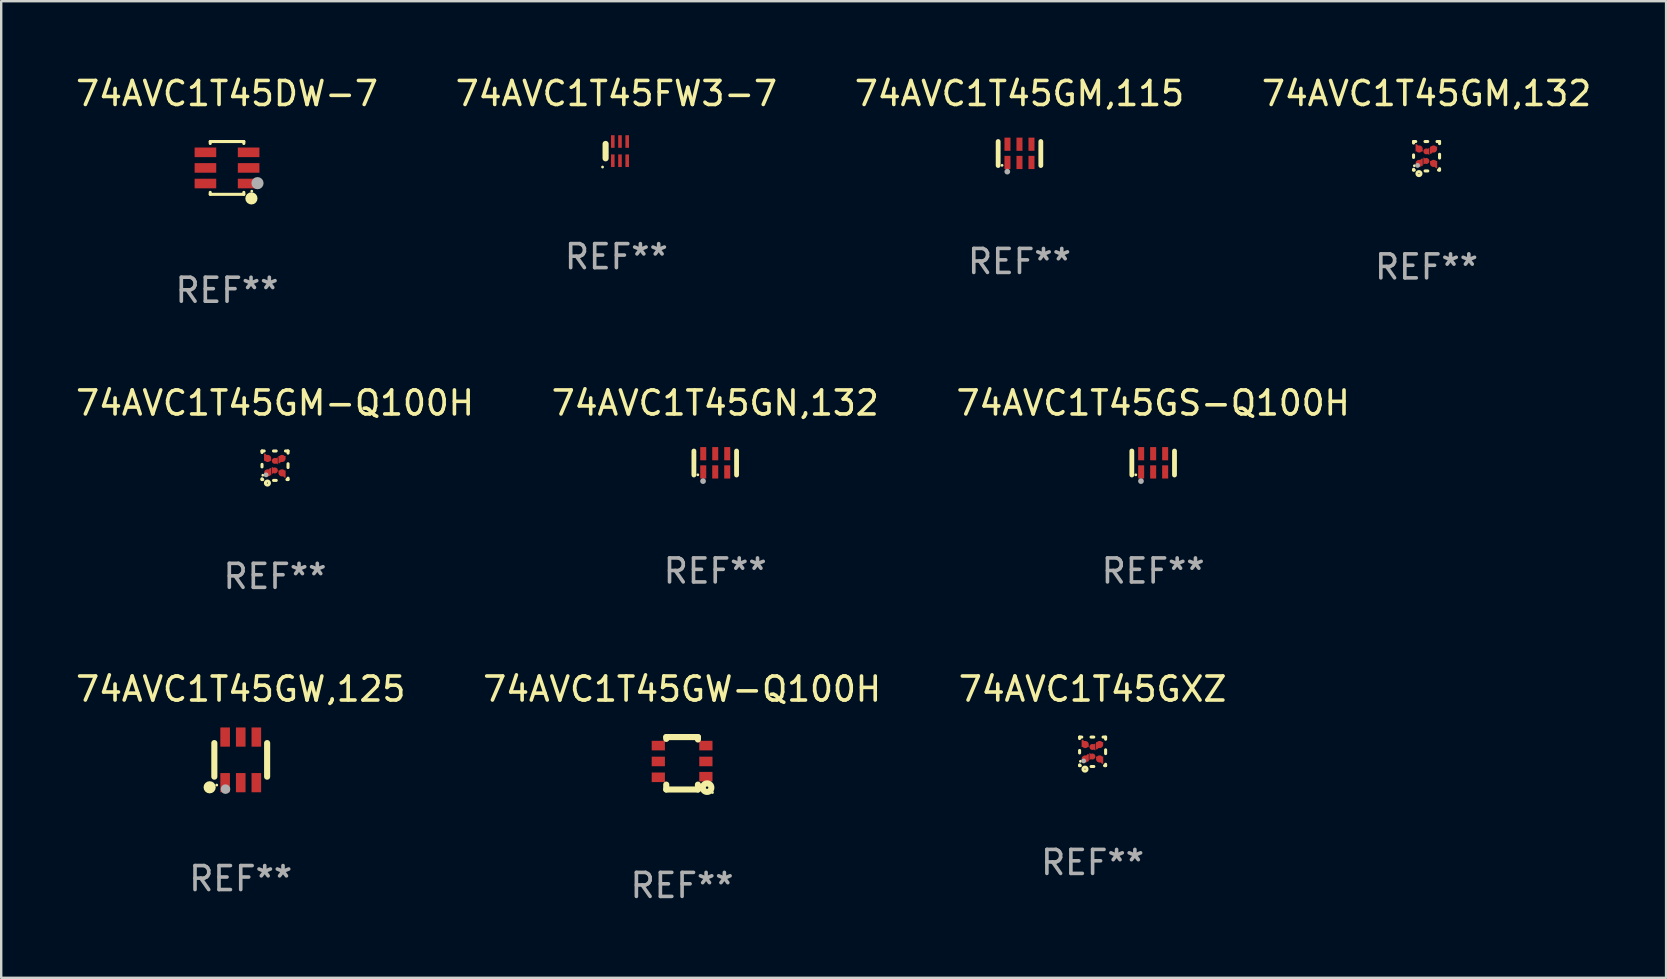
<source format=kicad_pcb>
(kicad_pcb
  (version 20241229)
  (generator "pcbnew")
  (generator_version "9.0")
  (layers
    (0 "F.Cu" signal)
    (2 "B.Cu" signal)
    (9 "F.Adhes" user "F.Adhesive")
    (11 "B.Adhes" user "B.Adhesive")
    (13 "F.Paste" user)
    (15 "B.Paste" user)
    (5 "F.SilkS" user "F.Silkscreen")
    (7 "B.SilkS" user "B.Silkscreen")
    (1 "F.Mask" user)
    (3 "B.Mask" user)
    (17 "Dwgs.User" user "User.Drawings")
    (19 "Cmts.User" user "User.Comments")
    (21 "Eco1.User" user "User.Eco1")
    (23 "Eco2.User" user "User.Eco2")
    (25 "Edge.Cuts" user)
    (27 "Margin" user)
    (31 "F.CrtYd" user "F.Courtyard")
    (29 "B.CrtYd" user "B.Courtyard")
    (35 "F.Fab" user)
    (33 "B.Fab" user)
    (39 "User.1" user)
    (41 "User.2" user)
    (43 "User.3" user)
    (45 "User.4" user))
  (footprint "74AVC1T45GN,132"
    (layer "F.Cu")
    (at 26.756 16.245)
    (property "Reference" "74AVC1T45GN,132" (at 0 -2.5 0) (layer "F.SilkS") (effects (font (size 1 1) (thickness 0.15))))
    (attr through_hole)
    (fp_line (start -0.889 0.5) (end -0.889 -0.5) (stroke (width 0.2) (type solid)) (layer "F.SilkS"))
    (fp_line (start 0.889 0.5) (end 0.889 -0.5) (stroke (width 0.2) (type solid)) (layer "F.SilkS"))
    (fp_circle (center -0.725 0.492) (end -0.695 0.492) (stroke (width 0.06) (type solid)) (fill no) (layer "F.SilkS"))
    (fp_circle (center -0.508 0.754) (end -0.448 0.754) (stroke (width 0.12) (type solid)) (fill no) (layer "F.Fab"))
    (fp_text user "REF**" (at 0 4.5 0) (layer "F.Fab") (effects (font (size 1 1) (thickness 0.15))))
    (pad "1" smd rect (at -0.5 0.372) (size 0.25 0.55) (layers "F.Cu" "F.Mask" "F.Paste"))
    (pad "2" smd rect (at -0.000127 0.372) (size 0.25 0.55) (layers "F.Cu" "F.Mask" "F.Paste"))
    (pad "3" smd rect (at 0.5 0.372) (size 0.25 0.55) (layers "F.Cu" "F.Mask" "F.Paste"))
    (pad "4" smd rect (at 0.5 -0.388 180) (size 0.25 0.55) (layers "F.Cu" "F.Mask" "F.Paste"))
    (pad "5" smd rect (at -0.000127 -0.388 180) (size 0.25 0.55) (layers "F.Cu" "F.Mask" "F.Paste"))
    (pad "6" smd rect (at -0.5 -0.388 180) (size 0.25 0.55) (layers "F.Cu" "F.Mask" "F.Paste")))
  (footprint "74AVC1T45GXZ"
    (layer "F.Cu")
    (at 42.482 28.279)
    (property "Reference" "74AVC1T45GXZ" (at 0 -2.613 0) (layer "F.SilkS") (effects (font (size 1 1) (thickness 0.15))))
    (attr through_hole)
    (fp_line (start -0.542 -0.613) (end -0.451 -0.613) (stroke (width 0.127) (type solid)) (layer "F.SilkS"))
    (fp_line (start -0.542 -0.55) (end -0.542 -0.613) (stroke (width 0.127) (type solid)) (layer "F.SilkS"))
    (fp_line (start -0.542 0.05) (end -0.542 -0.055) (stroke (width 0.127) (type solid)) (layer "F.SilkS"))
    (fp_line (start -0.542 0.577) (end -0.542 0.545) (stroke (width 0.127) (type solid)) (layer "F.SilkS"))
    (fp_line (start -0.512 0.577) (end -0.542 0.577) (stroke (width 0.127) (type solid)) (layer "F.SilkS"))
    (fp_line (start -0.064 -0.613) (end 0.049 -0.613) (stroke (width 0.127) (type solid)) (layer "F.SilkS"))
    (fp_line (start -0.062 0.613) (end 0.051 0.613) (stroke (width 0.127) (type solid)) (layer "F.SilkS"))
    (fp_line (start 0.436 -0.613) (end 0.542 -0.613) (stroke (width 0.127) (type solid)) (layer "F.SilkS"))
    (fp_line (start 0.542 -0.613) (end 0.542 -0.524) (stroke (width 0.127) (type solid)) (layer "F.SilkS"))
    (fp_line (start 0.542 -0.081) (end 0.542 0.076) (stroke (width 0.127) (type solid)) (layer "F.SilkS"))
    (fp_line (start 0.542 0.519) (end 0.542 0.577) (stroke (width 0.127) (type solid)) (layer "F.SilkS"))
    (fp_line (start 0.542 0.577) (end 0.497 0.577) (stroke (width 0.127) (type solid)) (layer "F.SilkS"))
    (fp_circle (center -0.508 0.397) (end -0.478 0.397) (stroke (width 0.06) (type solid)) (fill no) (layer "F.SilkS"))
    (fp_circle (center -0.317 0.723) (end -0.296 0.723) (stroke (width 0.127) (type solid)) (fill no) (layer "F.SilkS"))
    (fp_circle (center -0.373 0.382) (end -0.322 0.382) (stroke (width 0.1) (type solid)) (fill no) (layer "F.Fab"))
    (fp_text user "REF**" (at 0 4.613 0) (layer "F.Fab") (effects (font (size 1 1) (thickness 0.15))))
    (pad "1" smd custom (at -0.308 0.298 90) (size 0.3 0.3) (layers "F.Cu" "F.Mask" "F.Paste") (options (anchor circle)) (primitives (gr_poly (pts (xy -0.1 0.15) (xy 0.2 0.15) (xy 0.2 0.1) (xy -0.05 -0.15) (xy -0.1 -0.15)) (width 0) (fill yes))))
    (pad "2" smd custom (at -0.008 0.197 90) (size 0.25 0.3) (layers "F.Cu" "F.Mask" "F.Paste") (options (anchor circle)) (primitives (gr_poly (pts (xy -0.15 -0.125) (xy 0.15 -0.125) (xy 0.000076 0.125)) (width 0) (fill yes))))
    (pad "3" smd custom (at 0.292 0.298 90) (size 0.3 0.3) (layers "F.Cu" "F.Mask" "F.Paste") (options (anchor circle)) (primitives (gr_poly (pts (xy 0.1 0.15) (xy 0.1 -0.15) (xy 0.05 -0.15) (xy -0.2 0.1) (xy -0.2 0.15)) (width 0) (fill yes))))
    (pad "4" smd custom (at 0.292 -0.302 90) (size 0.3 0.3) (layers "F.Cu" "F.Mask" "F.Paste") (options (anchor circle)) (primitives (gr_poly (pts (xy 0.1 -0.15) (xy -0.2 -0.15) (xy -0.2 -0.1) (xy 0.05 0.15) (xy 0.1 0.15)) (width 0) (fill yes))))
    (pad "5" smd custom (at -0.008 -0.202 90) (size 0.25 0.3) (layers "F.Cu" "F.Mask" "F.Paste") (options (anchor circle)) (primitives (gr_poly (pts (xy -0.15 0.125) (xy 0.15 0.125) (xy 0.000051 -0.125)) (width 0) (fill yes))))
    (pad "6" smd custom (at -0.308 -0.302 90) (size 0.3 0.3) (layers "F.Cu" "F.Mask" "F.Paste") (options (anchor circle)) (primitives (gr_poly (pts (xy -0.1 -0.15) (xy 0.2 -0.15) (xy 0.2 -0.1) (xy -0.05 0.15) (xy -0.1 0.15)) (width 0) (fill yes)))))
  (footprint "74AVC1T45FW3-7"
    (layer "F.Cu")
    (at 22.637 3.248)
    (property "Reference" "74AVC1T45FW3-7" (at 0 -2.4 0) (layer "F.SilkS") (effects (font (size 1 1) (thickness 0.15))))
    (attr through_hole)
    (fp_line (start -0.45 -0.3) (end -0.45 0.3) (stroke (width 0.254) (type solid)) (layer "F.SilkS"))
    (fp_circle (center -0.577 0.663) (end -0.547 0.663) (stroke (width 0.06) (type solid)) (fill no) (layer "F.SilkS"))
    (fp_text user "REF**" (at 0 4.4 0) (layer "F.Fab") (effects (font (size 1 1) (thickness 0.15))))
    (pad "1" smd rect (at -0.15 0.4) (size 0.15 0.525) (layers "F.Cu" "F.Mask" "F.Paste"))
    (pad "2" smd rect (at 0.15 0.4) (size 0.15 0.525) (layers "F.Cu" "F.Mask" "F.Paste"))
    (pad "3" smd rect (at 0.45 0.4) (size 0.15 0.525) (layers "F.Cu" "F.Mask" "F.Paste"))
    (pad "4" smd rect (at 0.45 -0.4) (size 0.15 0.525) (layers "F.Cu" "F.Mask" "F.Paste"))
    (pad "5" smd rect (at 0.15 -0.4) (size 0.15 0.525) (layers "F.Cu" "F.Mask" "F.Paste"))
    (pad "6" smd rect (at -0.15 -0.4) (size 0.15 0.525) (layers "F.Cu" "F.Mask" "F.Paste")))
  (footprint "74AVC1T45GS-Q100H"
    (layer "F.Cu")
    (at 45.006 16.245)
    (property "Reference" "74AVC1T45GS-Q100H" (at 0 -2.5 0) (layer "F.SilkS") (effects (font (size 1 1) (thickness 0.15))))
    (attr through_hole)
    (fp_line (start -0.889 0.5) (end -0.889 -0.5) (stroke (width 0.2) (type solid)) (layer "F.SilkS"))
    (fp_line (start 0.889 0.5) (end 0.889 -0.5) (stroke (width 0.2) (type solid)) (layer "F.SilkS"))
    (fp_circle (center -0.725 0.492) (end -0.695 0.492) (stroke (width 0.06) (type solid)) (fill no) (layer "F.SilkS"))
    (fp_circle (center -0.508 0.754) (end -0.448 0.754) (stroke (width 0.12) (type solid)) (fill no) (layer "F.Fab"))
    (fp_text user "REF**" (at 0 4.5 0) (layer "F.Fab") (effects (font (size 1 1) (thickness 0.15))))
    (pad "1" smd rect (at -0.5 0.372) (size 0.25 0.55) (layers "F.Cu" "F.Mask" "F.Paste"))
    (pad "2" smd rect (at -0.000127 0.372) (size 0.25 0.55) (layers "F.Cu" "F.Mask" "F.Paste"))
    (pad "3" smd rect (at 0.5 0.372) (size 0.25 0.55) (layers "F.Cu" "F.Mask" "F.Paste"))
    (pad "4" smd rect (at 0.5 -0.388 180) (size 0.25 0.55) (layers "F.Cu" "F.Mask" "F.Paste"))
    (pad "5" smd rect (at -0.000127 -0.388 180) (size 0.25 0.55) (layers "F.Cu" "F.Mask" "F.Paste"))
    (pad "6" smd rect (at -0.5 -0.388 180) (size 0.25 0.55) (layers "F.Cu" "F.Mask" "F.Paste")))
  (footprint "74AVC1T45DW-7"
    (layer "F.Cu")
    (at 6.411 3.948)
    (property "Reference" "74AVC1T45DW-7" (at 0 -3.1 0) (layer "F.SilkS") (effects (font (size 1 1) (thickness 0.15))))
    (attr through_hole)
    (fp_line (start -0.7 -1.018) (end -0.7 -1.1) (stroke (width 0.127) (type solid)) (layer "F.SilkS"))
    (fp_line (start -0.7 1.1) (end -0.7 1.018) (stroke (width 0.127) (type solid)) (layer "F.SilkS"))
    (fp_line (start 0.7 -1.1) (end -0.7 -1.1) (stroke (width 0.127) (type solid)) (layer "F.SilkS"))
    (fp_line (start 0.7 -1.018) (end 0.7 -1.1) (stroke (width 0.127) (type solid)) (layer "F.SilkS"))
    (fp_line (start 0.7 1.1) (end -0.7 1.1) (stroke (width 0.127) (type solid)) (layer "F.SilkS"))
    (fp_line (start 0.7 1.1) (end 0.7 1.018) (stroke (width 0.127) (type solid)) (layer "F.SilkS"))
    (fp_circle (center 1.016 1.27) (end 1.143 1.27) (stroke (width 0.254) (type solid)) (fill no) (layer "F.SilkS"))
    (fp_circle (center 1.032 0.97) (end 1.062 0.97) (stroke (width 0.06) (type solid)) (fill no) (layer "F.SilkS"))
    (fp_circle (center 1.27 0.635) (end 1.397 0.635) (stroke (width 0.254) (type solid)) (fill no) (layer "F.Fab"))
    (fp_text user "REF**" (at 0 5.1 0) (layer "F.Fab") (effects (font (size 1 1) (thickness 0.15))))
    (pad "1" smd rect (at 0.9 0.65 90) (size 0.4 0.9) (layers "F.Cu" "F.Mask" "F.Paste"))
    (pad "2" smd rect (at 0.9 -0.000102 90) (size 0.4 0.9) (layers "F.Cu" "F.Mask" "F.Paste"))
    (pad "3" smd rect (at 0.9 -0.65 90) (size 0.4 0.9) (layers "F.Cu" "F.Mask" "F.Paste"))
    (pad "4" smd rect (at -0.9 -0.65 90) (size 0.4 0.9) (layers "F.Cu" "F.Mask" "F.Paste"))
    (pad "5" smd rect (at -0.9 -0.000102 90) (size 0.4 0.9) (layers "F.Cu" "F.Mask" "F.Paste"))
    (pad "6" smd rect (at -0.9 0.65 90) (size 0.4 0.9) (layers "F.Cu" "F.Mask" "F.Paste")))
  (footprint "74AVC1T45GM,132"
    (layer "F.Cu")
    (at 56.399 3.461)
    (property "Reference" "74AVC1T45GM,132" (at 0 -2.613 0) (layer "F.SilkS") (effects (font (size 1 1) (thickness 0.15))))
    (attr through_hole)
    (fp_line (start -0.542 -0.613) (end -0.451 -0.613) (stroke (width 0.127) (type solid)) (layer "F.SilkS"))
    (fp_line (start -0.542 -0.55) (end -0.542 -0.613) (stroke (width 0.127) (type solid)) (layer "F.SilkS"))
    (fp_line (start -0.542 0.05) (end -0.542 -0.055) (stroke (width 0.127) (type solid)) (layer "F.SilkS"))
    (fp_line (start -0.542 0.577) (end -0.542 0.545) (stroke (width 0.127) (type solid)) (layer "F.SilkS"))
    (fp_line (start -0.512 0.577) (end -0.542 0.577) (stroke (width 0.127) (type solid)) (layer "F.SilkS"))
    (fp_line (start -0.064 -0.613) (end 0.049 -0.613) (stroke (width 0.127) (type solid)) (layer "F.SilkS"))
    (fp_line (start -0.062 0.613) (end 0.051 0.613) (stroke (width 0.127) (type solid)) (layer "F.SilkS"))
    (fp_line (start 0.436 -0.613) (end 0.542 -0.613) (stroke (width 0.127) (type solid)) (layer "F.SilkS"))
    (fp_line (start 0.542 -0.613) (end 0.542 -0.524) (stroke (width 0.127) (type solid)) (layer "F.SilkS"))
    (fp_line (start 0.542 -0.081) (end 0.542 0.076) (stroke (width 0.127) (type solid)) (layer "F.SilkS"))
    (fp_line (start 0.542 0.519) (end 0.542 0.577) (stroke (width 0.127) (type solid)) (layer "F.SilkS"))
    (fp_line (start 0.542 0.577) (end 0.497 0.577) (stroke (width 0.127) (type solid)) (layer "F.SilkS"))
    (fp_circle (center -0.508 0.397) (end -0.478 0.397) (stroke (width 0.06) (type solid)) (fill no) (layer "F.SilkS"))
    (fp_circle (center -0.317 0.723) (end -0.296 0.723) (stroke (width 0.127) (type solid)) (fill no) (layer "F.SilkS"))
    (fp_circle (center -0.373 0.382) (end -0.322 0.382) (stroke (width 0.1) (type solid)) (fill no) (layer "F.Fab"))
    (fp_text user "REF**" (at 0 4.613 0) (layer "F.Fab") (effects (font (size 1 1) (thickness 0.15))))
    (pad "1" smd custom (at -0.308 0.298 90) (size 0.3 0.3) (layers "F.Cu" "F.Mask" "F.Paste") (options (anchor circle)) (primitives (gr_poly (pts (xy -0.1 0.15) (xy 0.2 0.15) (xy 0.2 0.1) (xy -0.05 -0.15) (xy -0.1 -0.15)) (width 0) (fill yes))))
    (pad "2" smd custom (at -0.008 0.197 90) (size 0.25 0.3) (layers "F.Cu" "F.Mask" "F.Paste") (options (anchor circle)) (primitives (gr_poly (pts (xy -0.15 -0.125) (xy 0.15 -0.125) (xy 0.000076 0.125)) (width 0) (fill yes))))
    (pad "3" smd custom (at 0.292 0.298 90) (size 0.3 0.3) (layers "F.Cu" "F.Mask" "F.Paste") (options (anchor circle)) (primitives (gr_poly (pts (xy 0.1 0.15) (xy 0.1 -0.15) (xy 0.05 -0.15) (xy -0.2 0.1) (xy -0.2 0.15)) (width 0) (fill yes))))
    (pad "4" smd custom (at 0.292 -0.302 90) (size 0.3 0.3) (layers "F.Cu" "F.Mask" "F.Paste") (options (anchor circle)) (primitives (gr_poly (pts (xy 0.1 -0.15) (xy -0.2 -0.15) (xy -0.2 -0.1) (xy 0.05 0.15) (xy 0.1 0.15)) (width 0) (fill yes))))
    (pad "5" smd custom (at -0.008 -0.202 90) (size 0.25 0.3) (layers "F.Cu" "F.Mask" "F.Paste") (options (anchor circle)) (primitives (gr_poly (pts (xy -0.15 0.125) (xy 0.15 0.125) (xy 0.000051 -0.125)) (width 0) (fill yes))))
    (pad "6" smd custom (at -0.308 -0.302 90) (size 0.3 0.3) (layers "F.Cu" "F.Mask" "F.Paste") (options (anchor circle)) (primitives (gr_poly (pts (xy -0.1 -0.15) (xy 0.2 -0.15) (xy 0.2 -0.1) (xy -0.05 0.15) (xy -0.1 0.15)) (width 0) (fill yes)))))
  (footprint "74AVC1T45GM,115"
    (layer "F.Cu")
    (at 39.435 3.348)
    (property "Reference" "74AVC1T45GM,115" (at 0 -2.5 0) (layer "F.SilkS") (effects (font (size 1 1) (thickness 0.15))))
    (attr through_hole)
    (fp_line (start -0.889 0.5) (end -0.889 -0.5) (stroke (width 0.2) (type solid)) (layer "F.SilkS"))
    (fp_line (start 0.889 0.5) (end 0.889 -0.5) (stroke (width 0.2) (type solid)) (layer "F.SilkS"))
    (fp_circle (center -0.725 0.492) (end -0.695 0.492) (stroke (width 0.06) (type solid)) (fill no) (layer "F.SilkS"))
    (fp_circle (center -0.508 0.754) (end -0.448 0.754) (stroke (width 0.12) (type solid)) (fill no) (layer "F.Fab"))
    (fp_text user "REF**" (at 0 4.5 0) (layer "F.Fab") (effects (font (size 1 1) (thickness 0.15))))
    (pad "1" smd rect (at -0.5 0.372) (size 0.25 0.55) (layers "F.Cu" "F.Mask" "F.Paste"))
    (pad "2" smd rect (at -0.000127 0.372) (size 0.25 0.55) (layers "F.Cu" "F.Mask" "F.Paste"))
    (pad "3" smd rect (at 0.5 0.372) (size 0.25 0.55) (layers "F.Cu" "F.Mask" "F.Paste"))
    (pad "4" smd rect (at 0.5 -0.388 180) (size 0.25 0.55) (layers "F.Cu" "F.Mask" "F.Paste"))
    (pad "5" smd rect (at -0.000127 -0.388 180) (size 0.25 0.55) (layers "F.Cu" "F.Mask" "F.Paste"))
    (pad "6" smd rect (at -0.5 -0.388 180) (size 0.25 0.55) (layers "F.Cu" "F.Mask" "F.Paste")))
  (footprint "74AVC1T45GM-Q100H"
    (layer "F.Cu")
    (at 8.411 16.357)
    (property "Reference" "74AVC1T45GM-Q100H" (at 0 -2.613 0) (layer "F.SilkS") (effects (font (size 1 1) (thickness 0.15))))
    (attr through_hole)
    (fp_line (start -0.542 -0.613) (end -0.451 -0.613) (stroke (width 0.127) (type solid)) (layer "F.SilkS"))
    (fp_line (start -0.542 -0.55) (end -0.542 -0.613) (stroke (width 0.127) (type solid)) (layer "F.SilkS"))
    (fp_line (start -0.542 0.05) (end -0.542 -0.055) (stroke (width 0.127) (type solid)) (layer "F.SilkS"))
    (fp_line (start -0.542 0.577) (end -0.542 0.545) (stroke (width 0.127) (type solid)) (layer "F.SilkS"))
    (fp_line (start -0.512 0.577) (end -0.542 0.577) (stroke (width 0.127) (type solid)) (layer "F.SilkS"))
    (fp_line (start -0.064 -0.613) (end 0.049 -0.613) (stroke (width 0.127) (type solid)) (layer "F.SilkS"))
    (fp_line (start -0.062 0.613) (end 0.051 0.613) (stroke (width 0.127) (type solid)) (layer "F.SilkS"))
    (fp_line (start 0.436 -0.613) (end 0.542 -0.613) (stroke (width 0.127) (type solid)) (layer "F.SilkS"))
    (fp_line (start 0.542 -0.613) (end 0.542 -0.524) (stroke (width 0.127) (type solid)) (layer "F.SilkS"))
    (fp_line (start 0.542 -0.081) (end 0.542 0.076) (stroke (width 0.127) (type solid)) (layer "F.SilkS"))
    (fp_line (start 0.542 0.519) (end 0.542 0.577) (stroke (width 0.127) (type solid)) (layer "F.SilkS"))
    (fp_line (start 0.542 0.577) (end 0.497 0.577) (stroke (width 0.127) (type solid)) (layer "F.SilkS"))
    (fp_circle (center -0.508 0.397) (end -0.478 0.397) (stroke (width 0.06) (type solid)) (fill no) (layer "F.SilkS"))
    (fp_circle (center -0.317 0.723) (end -0.296 0.723) (stroke (width 0.127) (type solid)) (fill no) (layer "F.SilkS"))
    (fp_circle (center -0.373 0.382) (end -0.322 0.382) (stroke (width 0.1) (type solid)) (fill no) (layer "F.Fab"))
    (fp_text user "REF**" (at 0 4.613 0) (layer "F.Fab") (effects (font (size 1 1) (thickness 0.15))))
    (pad "1" smd custom (at -0.308 0.298 90) (size 0.3 0.3) (layers "F.Cu" "F.Mask" "F.Paste") (options (anchor circle)) (primitives (gr_poly (pts (xy -0.1 0.15) (xy 0.2 0.15) (xy 0.2 0.1) (xy -0.05 -0.15) (xy -0.1 -0.15)) (width 0) (fill yes))))
    (pad "2" smd custom (at -0.008 0.197 90) (size 0.25 0.3) (layers "F.Cu" "F.Mask" "F.Paste") (options (anchor circle)) (primitives (gr_poly (pts (xy -0.15 -0.125) (xy 0.15 -0.125) (xy 0.000076 0.125)) (width 0) (fill yes))))
    (pad "3" smd custom (at 0.292 0.298 90) (size 0.3 0.3) (layers "F.Cu" "F.Mask" "F.Paste") (options (anchor circle)) (primitives (gr_poly (pts (xy 0.1 0.15) (xy 0.1 -0.15) (xy 0.05 -0.15) (xy -0.2 0.1) (xy -0.2 0.15)) (width 0) (fill yes))))
    (pad "4" smd custom (at 0.292 -0.302 90) (size 0.3 0.3) (layers "F.Cu" "F.Mask" "F.Paste") (options (anchor circle)) (primitives (gr_poly (pts (xy 0.1 -0.15) (xy -0.2 -0.15) (xy -0.2 -0.1) (xy 0.05 0.15) (xy 0.1 0.15)) (width 0) (fill yes))))
    (pad "5" smd custom (at -0.008 -0.202 90) (size 0.25 0.3) (layers "F.Cu" "F.Mask" "F.Paste") (options (anchor circle)) (primitives (gr_poly (pts (xy -0.15 0.125) (xy 0.15 0.125) (xy 0.000051 -0.125)) (width 0) (fill yes))))
    (pad "6" smd custom (at -0.308 -0.302 90) (size 0.3 0.3) (layers "F.Cu" "F.Mask" "F.Paste") (options (anchor circle)) (primitives (gr_poly (pts (xy -0.1 -0.15) (xy 0.2 -0.15) (xy 0.2 -0.1) (xy -0.05 0.15) (xy -0.1 0.15)) (width 0) (fill yes)))))
  (footprint "74AVC1T45GW-Q100H"
    (layer "F.Cu")
    (at 25.375 28.758)
    (property "Reference" "74AVC1T45GW-Q100H" (at 0 -3.092 0) (layer "F.SilkS") (effects (font (size 1 1) (thickness 0.15))))
    (attr through_hole)
    (fp_line (start -0.66 -1.092) (end -0.66 -1.016) (stroke (width 0.254) (type solid)) (layer "F.SilkS"))
    (fp_line (start -0.66 1.092) (end -0.66 0.889) (stroke (width 0.254) (type solid)) (layer "F.SilkS"))
    (fp_line (start 0.66 -1.092) (end -0.66 -1.092) (stroke (width 0.254) (type solid)) (layer "F.SilkS"))
    (fp_line (start 0.66 -0.991) (end 0.66 -1.092) (stroke (width 0.254) (type solid)) (layer "F.SilkS"))
    (fp_line (start 0.66 0.889) (end 0.66 1.092) (stroke (width 0.254) (type solid)) (layer "F.SilkS"))
    (fp_line (start 0.66 1.092) (end -0.66 1.092) (stroke (width 0.254) (type solid)) (layer "F.SilkS"))
    (fp_circle (center 1.041 1.016) (end 1.092 1.016) (stroke (width 0.254) (type solid)) (fill no) (layer "F.SilkS"))
    (fp_circle (center 1.266 1.219) (end 1.296 1.219) (stroke (width 0.06) (type solid)) (fill no) (layer "F.SilkS"))
    (fp_text user "REF**" (at 0 5.092 0) (layer "F.Fab") (effects (font (size 1 1) (thickness 0.15))))
    (pad "1" smd rect (at 0.991 0.559 270) (size 0.399 0.551) (layers "F.Cu" "F.Mask" "F.Paste"))
    (pad "2" smd rect (at 0.991 -0.076 270) (size 0.399 0.551) (layers "F.Cu" "F.Mask" "F.Paste"))
    (pad "3" smd rect (at 0.991 -0.737 270) (size 0.399 0.551) (layers "F.Cu" "F.Mask" "F.Paste"))
    (pad "4" smd rect (at -0.991 -0.737 270) (size 0.399 0.551) (layers "F.Cu" "F.Mask" "F.Paste"))
    (pad "5" smd rect (at -0.991 -0.076 270) (size 0.399 0.551) (layers "F.Cu" "F.Mask" "F.Paste"))
    (pad "6" smd rect (at -0.991 0.584 270) (size 0.399 0.551) (layers "F.Cu" "F.Mask" "F.Paste")))
  (footprint "74AVC1T45GW,125"
    (layer "F.Cu")
    (at 6.982 28.616)
    (property "Reference" "74AVC1T45GW,125" (at 0 -2.95 0) (layer "F.SilkS") (effects (font (size 1 1) (thickness 0.15))))
    (attr through_hole)
    (fp_line (start -1.1 -0.7) (end -1.1 0.7) (stroke (width 0.254) (type solid)) (layer "F.SilkS"))
    (fp_line (start 1.1 -0.7) (end 1.1 0.7) (stroke (width 0.254) (type solid)) (layer "F.SilkS"))
    (fp_circle (center -1.295 1.143) (end -1.168 1.143) (stroke (width 0.254) (type solid)) (fill no) (layer "F.SilkS"))
    (fp_circle (center -1 1.05) (end -0.97 1.05) (stroke (width 0.06) (type solid)) (fill no) (layer "F.SilkS"))
    (fp_circle (center -0.635 1.219) (end -0.535 1.219) (stroke (width 0.2) (type solid)) (fill no) (layer "F.Fab"))
    (fp_text user "REF**" (at 0 4.95 0) (layer "F.Fab") (effects (font (size 1 1) (thickness 0.15))))
    (pad "1" smd rect (at -0.65 0.95) (size 0.4 0.8) (layers "F.Cu" "F.Mask" "F.Paste"))
    (pad "2" smd rect (at 0 0.95) (size 0.4 0.8) (layers "F.Cu" "F.Mask" "F.Paste"))
    (pad "3" smd rect (at 0.65 0.95) (size 0.4 0.8) (layers "F.Cu" "F.Mask" "F.Paste"))
    (pad "4" smd rect (at 0.65 -0.95) (size 0.4 0.8) (layers "F.Cu" "F.Mask" "F.Paste"))
    (pad "5" smd rect (at 0 -0.95) (size 0.4 0.8) (layers "F.Cu" "F.Mask" "F.Paste"))
    (pad "6" smd rect (at -0.65 -0.95) (size 0.4 0.8) (layers "F.Cu" "F.Mask" "F.Paste")))
  (gr_rect
    (start -3 -3)
    (end 66.381 37.699)
    (stroke (width 0.1) (type default))
    (fill no)
    (layer "Edge.Cuts")))
</source>
